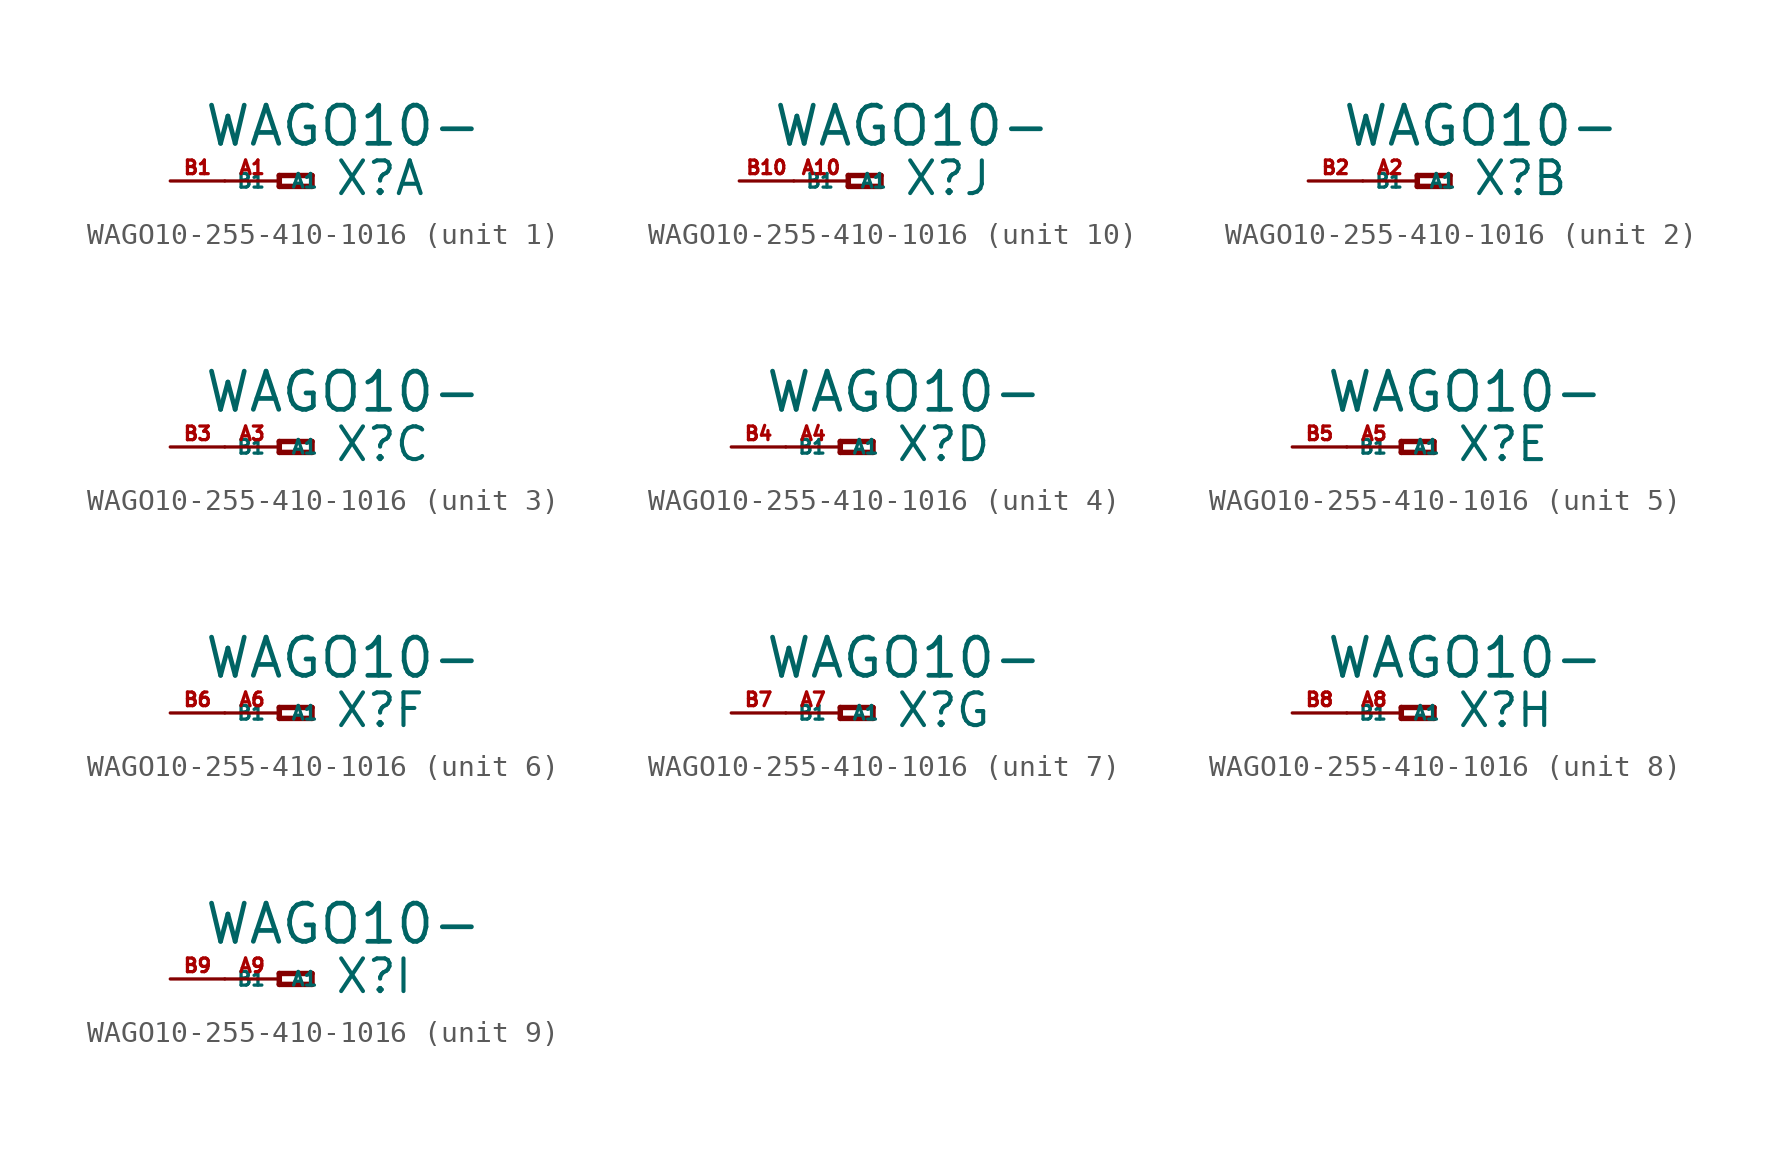
<source format=kicad_sym>
(kicad_symbol_lib
  (version 20220914)
  (generator Eagle2Kicad)
  (symbol "WAGO10-255-410-1016"
    (property "Reference" "X"
      (at 2.54 -0.762 0)
      (effects (font (size 1.524 1.524) (thickness 0.19)) (justify left bottom)))
    (property "Value" "WAGO10-"
      (at -3.556 1.524 0)
      (effects (font (size 1.778 1.778) (thickness 0.22)) (justify left bottom)))
    (symbol "WAGO10-255-410-1016_1_0"
      (polyline (pts (xy 0 0.254) (xy 0 -0.254)) (stroke (width 0.254) (type default)) (fill (type none)))
      (polyline (pts (xy 0 -0.254) (xy 1.524 -0.254)) (stroke (width 0.254) (type default)) (fill (type none)))
      (polyline (pts (xy 1.524 -0.254) (xy 1.524 0.254)) (stroke (width 0.254) (type default)) (fill (type none)))
      (polyline (pts (xy 1.524 0.254) (xy 0 0.254)) (stroke (width 0.254) (type default)) (fill (type none)))
      (pin passive line (at -2.54 0 0) (length 2.54) (name "A1" (effects (font (size 0.635 0.635) (thickness 0.08)) (justify left bottom))) (number "A1" (effects (font (size 0.635 0.635) (thickness 0.08)) (justify left bottom))))
      (pin passive line (at -5.08 0 0) (length 2.54) (name "B1" (effects (font (size 0.635 0.635) (thickness 0.08)) (justify left bottom))) (number "B1" (effects (font (size 0.635 0.635) (thickness 0.08)) (justify left bottom)))))
    (symbol "WAGO10-255-410-1016_2_0"
      (polyline (pts (xy 0 0.254) (xy 0 -0.254)) (stroke (width 0.254) (type default)) (fill (type none)))
      (polyline (pts (xy 0 -0.254) (xy 1.524 -0.254)) (stroke (width 0.254) (type default)) (fill (type none)))
      (polyline (pts (xy 1.524 -0.254) (xy 1.524 0.254)) (stroke (width 0.254) (type default)) (fill (type none)))
      (polyline (pts (xy 1.524 0.254) (xy 0 0.254)) (stroke (width 0.254) (type default)) (fill (type none)))
      (pin passive line (at -2.54 0 0) (length 2.54) (name "A1" (effects (font (size 0.635 0.635) (thickness 0.08)) (justify left bottom))) (number "A2" (effects (font (size 0.635 0.635) (thickness 0.08)) (justify left bottom))))
      (pin passive line (at -5.08 0 0) (length 2.54) (name "B1" (effects (font (size 0.635 0.635) (thickness 0.08)) (justify left bottom))) (number "B2" (effects (font (size 0.635 0.635) (thickness 0.08)) (justify left bottom)))))
    (symbol "WAGO10-255-410-1016_3_0"
      (polyline (pts (xy 0 0.254) (xy 0 -0.254)) (stroke (width 0.254) (type default)) (fill (type none)))
      (polyline (pts (xy 0 -0.254) (xy 1.524 -0.254)) (stroke (width 0.254) (type default)) (fill (type none)))
      (polyline (pts (xy 1.524 -0.254) (xy 1.524 0.254)) (stroke (width 0.254) (type default)) (fill (type none)))
      (polyline (pts (xy 1.524 0.254) (xy 0 0.254)) (stroke (width 0.254) (type default)) (fill (type none)))
      (pin passive line (at -2.54 0 0) (length 2.54) (name "A1" (effects (font (size 0.635 0.635) (thickness 0.08)) (justify left bottom))) (number "A3" (effects (font (size 0.635 0.635) (thickness 0.08)) (justify left bottom))))
      (pin passive line (at -5.08 0 0) (length 2.54) (name "B1" (effects (font (size 0.635 0.635) (thickness 0.08)) (justify left bottom))) (number "B3" (effects (font (size 0.635 0.635) (thickness 0.08)) (justify left bottom)))))
    (symbol "WAGO10-255-410-1016_4_0"
      (polyline (pts (xy 0 0.254) (xy 0 -0.254)) (stroke (width 0.254) (type default)) (fill (type none)))
      (polyline (pts (xy 0 -0.254) (xy 1.524 -0.254)) (stroke (width 0.254) (type default)) (fill (type none)))
      (polyline (pts (xy 1.524 -0.254) (xy 1.524 0.254)) (stroke (width 0.254) (type default)) (fill (type none)))
      (polyline (pts (xy 1.524 0.254) (xy 0 0.254)) (stroke (width 0.254) (type default)) (fill (type none)))
      (pin passive line (at -2.54 0 0) (length 2.54) (name "A1" (effects (font (size 0.635 0.635) (thickness 0.08)) (justify left bottom))) (number "A4" (effects (font (size 0.635 0.635) (thickness 0.08)) (justify left bottom))))
      (pin passive line (at -5.08 0 0) (length 2.54) (name "B1" (effects (font (size 0.635 0.635) (thickness 0.08)) (justify left bottom))) (number "B4" (effects (font (size 0.635 0.635) (thickness 0.08)) (justify left bottom)))))
    (symbol "WAGO10-255-410-1016_5_0"
      (polyline (pts (xy 0 0.254) (xy 0 -0.254)) (stroke (width 0.254) (type default)) (fill (type none)))
      (polyline (pts (xy 0 -0.254) (xy 1.524 -0.254)) (stroke (width 0.254) (type default)) (fill (type none)))
      (polyline (pts (xy 1.524 -0.254) (xy 1.524 0.254)) (stroke (width 0.254) (type default)) (fill (type none)))
      (polyline (pts (xy 1.524 0.254) (xy 0 0.254)) (stroke (width 0.254) (type default)) (fill (type none)))
      (pin passive line (at -2.54 0 0) (length 2.54) (name "A1" (effects (font (size 0.635 0.635) (thickness 0.08)) (justify left bottom))) (number "A5" (effects (font (size 0.635 0.635) (thickness 0.08)) (justify left bottom))))
      (pin passive line (at -5.08 0 0) (length 2.54) (name "B1" (effects (font (size 0.635 0.635) (thickness 0.08)) (justify left bottom))) (number "B5" (effects (font (size 0.635 0.635) (thickness 0.08)) (justify left bottom)))))
    (symbol "WAGO10-255-410-1016_6_0"
      (polyline (pts (xy 0 0.254) (xy 0 -0.254)) (stroke (width 0.254) (type default)) (fill (type none)))
      (polyline (pts (xy 0 -0.254) (xy 1.524 -0.254)) (stroke (width 0.254) (type default)) (fill (type none)))
      (polyline (pts (xy 1.524 -0.254) (xy 1.524 0.254)) (stroke (width 0.254) (type default)) (fill (type none)))
      (polyline (pts (xy 1.524 0.254) (xy 0 0.254)) (stroke (width 0.254) (type default)) (fill (type none)))
      (pin passive line (at -2.54 0 0) (length 2.54) (name "A1" (effects (font (size 0.635 0.635) (thickness 0.08)) (justify left bottom))) (number "A6" (effects (font (size 0.635 0.635) (thickness 0.08)) (justify left bottom))))
      (pin passive line (at -5.08 0 0) (length 2.54) (name "B1" (effects (font (size 0.635 0.635) (thickness 0.08)) (justify left bottom))) (number "B6" (effects (font (size 0.635 0.635) (thickness 0.08)) (justify left bottom)))))
    (symbol "WAGO10-255-410-1016_7_0"
      (polyline (pts (xy 0 0.254) (xy 0 -0.254)) (stroke (width 0.254) (type default)) (fill (type none)))
      (polyline (pts (xy 0 -0.254) (xy 1.524 -0.254)) (stroke (width 0.254) (type default)) (fill (type none)))
      (polyline (pts (xy 1.524 -0.254) (xy 1.524 0.254)) (stroke (width 0.254) (type default)) (fill (type none)))
      (polyline (pts (xy 1.524 0.254) (xy 0 0.254)) (stroke (width 0.254) (type default)) (fill (type none)))
      (pin passive line (at -2.54 0 0) (length 2.54) (name "A1" (effects (font (size 0.635 0.635) (thickness 0.08)) (justify left bottom))) (number "A7" (effects (font (size 0.635 0.635) (thickness 0.08)) (justify left bottom))))
      (pin passive line (at -5.08 0 0) (length 2.54) (name "B1" (effects (font (size 0.635 0.635) (thickness 0.08)) (justify left bottom))) (number "B7" (effects (font (size 0.635 0.635) (thickness 0.08)) (justify left bottom)))))
    (symbol "WAGO10-255-410-1016_8_0"
      (polyline (pts (xy 0 0.254) (xy 0 -0.254)) (stroke (width 0.254) (type default)) (fill (type none)))
      (polyline (pts (xy 0 -0.254) (xy 1.524 -0.254)) (stroke (width 0.254) (type default)) (fill (type none)))
      (polyline (pts (xy 1.524 -0.254) (xy 1.524 0.254)) (stroke (width 0.254) (type default)) (fill (type none)))
      (polyline (pts (xy 1.524 0.254) (xy 0 0.254)) (stroke (width 0.254) (type default)) (fill (type none)))
      (pin passive line (at -2.54 0 0) (length 2.54) (name "A1" (effects (font (size 0.635 0.635) (thickness 0.08)) (justify left bottom))) (number "A8" (effects (font (size 0.635 0.635) (thickness 0.08)) (justify left bottom))))
      (pin passive line (at -5.08 0 0) (length 2.54) (name "B1" (effects (font (size 0.635 0.635) (thickness 0.08)) (justify left bottom))) (number "B8" (effects (font (size 0.635 0.635) (thickness 0.08)) (justify left bottom)))))
    (symbol "WAGO10-255-410-1016_9_0"
      (polyline (pts (xy 0 0.254) (xy 0 -0.254)) (stroke (width 0.254) (type default)) (fill (type none)))
      (polyline (pts (xy 0 -0.254) (xy 1.524 -0.254)) (stroke (width 0.254) (type default)) (fill (type none)))
      (polyline (pts (xy 1.524 -0.254) (xy 1.524 0.254)) (stroke (width 0.254) (type default)) (fill (type none)))
      (polyline (pts (xy 1.524 0.254) (xy 0 0.254)) (stroke (width 0.254) (type default)) (fill (type none)))
      (pin passive line (at -2.54 0 0) (length 2.54) (name "A1" (effects (font (size 0.635 0.635) (thickness 0.08)) (justify left bottom))) (number "A9" (effects (font (size 0.635 0.635) (thickness 0.08)) (justify left bottom))))
      (pin passive line (at -5.08 0 0) (length 2.54) (name "B1" (effects (font (size 0.635 0.635) (thickness 0.08)) (justify left bottom))) (number "B9" (effects (font (size 0.635 0.635) (thickness 0.08)) (justify left bottom)))))
    (symbol "WAGO10-255-410-1016_10_0"
      (polyline (pts (xy 0 0.254) (xy 0 -0.254)) (stroke (width 0.254) (type default)) (fill (type none)))
      (polyline (pts (xy 0 -0.254) (xy 1.524 -0.254)) (stroke (width 0.254) (type default)) (fill (type none)))
      (polyline (pts (xy 1.524 -0.254) (xy 1.524 0.254)) (stroke (width 0.254) (type default)) (fill (type none)))
      (polyline (pts (xy 1.524 0.254) (xy 0 0.254)) (stroke (width 0.254) (type default)) (fill (type none)))
      (pin passive line (at -2.54 0 0) (length 2.54) (name "A1" (effects (font (size 0.635 0.635) (thickness 0.08)) (justify left bottom))) (number "A10" (effects (font (size 0.635 0.635) (thickness 0.08)) (justify left bottom))))
      (pin passive line (at -5.08 0 0) (length 2.54) (name "B1" (effects (font (size 0.635 0.635) (thickness 0.08)) (justify left bottom))) (number "B10" (effects (font (size 0.635 0.635) (thickness 0.08)) (justify left bottom)))))))
</source>
